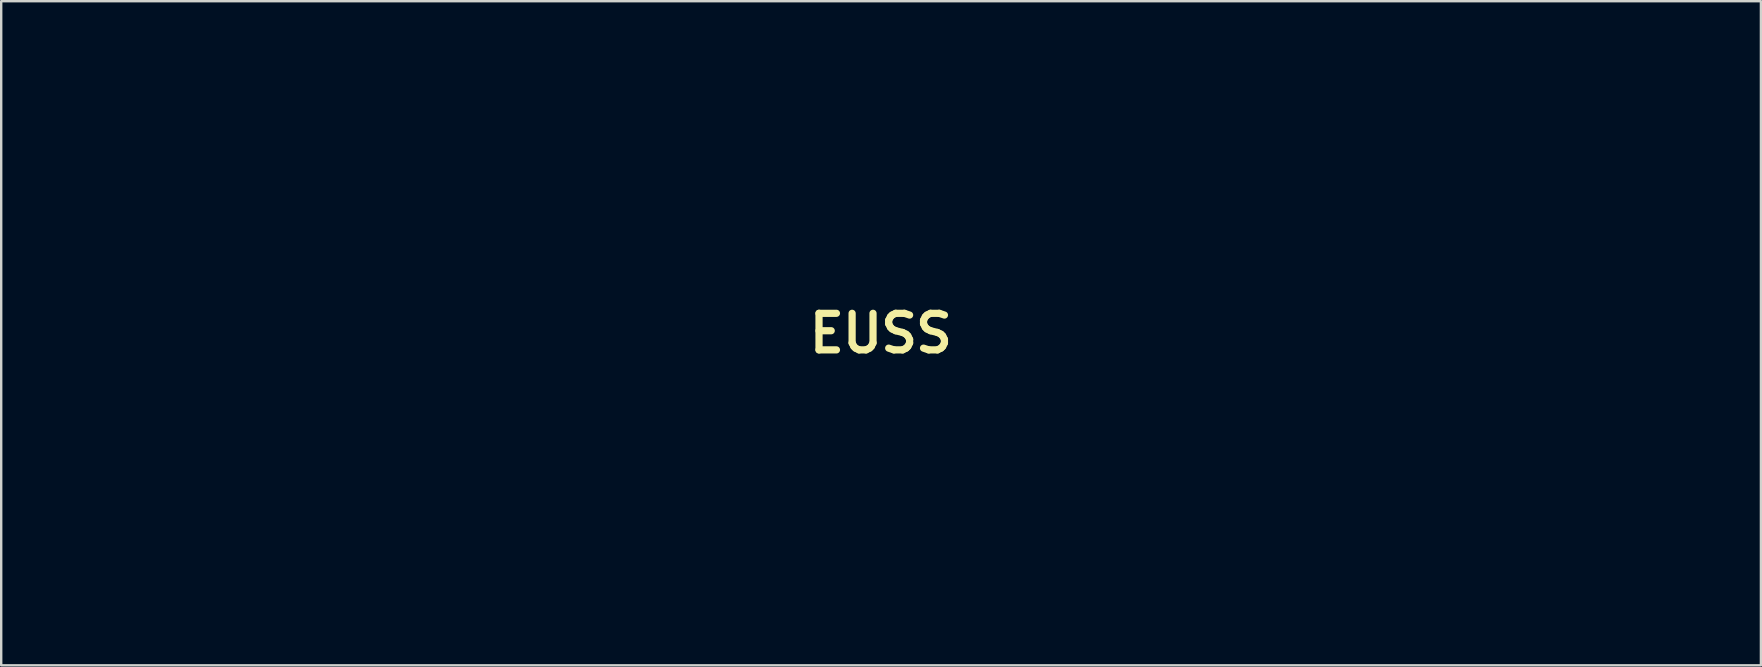
<source format=kicad_pcb>
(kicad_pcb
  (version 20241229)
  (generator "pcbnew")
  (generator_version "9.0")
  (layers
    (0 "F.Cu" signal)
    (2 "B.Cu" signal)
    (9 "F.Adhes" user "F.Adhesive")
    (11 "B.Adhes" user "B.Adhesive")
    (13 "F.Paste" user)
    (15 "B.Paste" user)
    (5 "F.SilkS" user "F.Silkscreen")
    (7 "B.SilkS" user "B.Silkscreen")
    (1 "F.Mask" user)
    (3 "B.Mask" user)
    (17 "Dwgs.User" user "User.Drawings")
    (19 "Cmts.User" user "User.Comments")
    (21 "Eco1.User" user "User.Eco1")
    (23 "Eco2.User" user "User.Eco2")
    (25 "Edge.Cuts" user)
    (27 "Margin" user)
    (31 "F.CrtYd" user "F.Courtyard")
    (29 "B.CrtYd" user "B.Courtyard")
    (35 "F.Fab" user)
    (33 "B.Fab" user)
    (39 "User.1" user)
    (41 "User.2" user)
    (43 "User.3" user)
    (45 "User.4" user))
  (footprint "EUSS"
    (layer "F.Cu")
    (at 33.647 10.837)
    (property "Reference" "EUSS" (at 0 0 0) (layer "F.SilkS") (effects (font (size 1.524 1.524) (thickness 0.3))))
    (attr through_hole)
    (fp_poly (pts (xy 6.265 7.281) (xy 5.419 7.281) (xy 5.419 3.979) (xy 6.265 3.979) (xy 6.265 7.281)) (stroke (width 0.01) (type solid)) (fill no) (layer "Eco2.User"))
    (fp_poly (pts (xy 24.299 7.281) (xy 23.453 7.281) (xy 23.453 3.979) (xy 24.299 3.979) (xy 24.299 7.281)) (stroke (width 0.01) (type solid)) (fill no) (layer "Eco2.User"))
    (fp_poly (pts (xy 24.384 3.725) (xy 23.453 3.725) (xy 23.453 2.963) (xy 24.384 2.963) (xy 24.384 3.725)) (stroke (width 0.01) (type solid)) (fill no) (layer "Eco2.User"))
    (fp_poly (pts (xy 6.334 3.323) (xy 6.308 3.683) (xy 5.419 3.734) (xy 5.419 2.963) (xy 6.36 2.963) (xy 6.334 3.323)) (stroke (width 0.01) (type solid)) (fill no) (layer "Eco2.User"))
    (fp_poly (pts (xy -4.741 3.302) (xy -7.281 3.302) (xy -7.281 4.318) (xy -5.249 4.318) (xy -5.249 5.08) (xy -7.281 5.08) (xy -7.281 6.519) (xy -4.741 6.519) (xy -4.741 7.281) (xy -8.213 7.281) (xy -8.213 2.54) (xy -4.741 2.54) (xy -4.741 3.302)) (stroke (width 0.01) (type solid)) (fill no) (layer "Eco2.User"))
    (fp_poly (pts (xy -27.655 -6.382) (xy -27.404 -6.249) (xy -27.242 -6.075) (xy -27.23 -6.049) (xy -27.235 -5.988) (xy -27.324 -5.951) (xy -27.525 -5.932) (xy -27.865 -5.927) (xy -27.9 -5.927) (xy -28.225 -5.935) (xy -28.473 -5.958) (xy -28.605 -5.991) (xy -28.617 -6.005) (xy -28.546 -6.134) (xy -28.369 -6.272) (xy -28.147 -6.385) (xy -27.937 -6.434) (xy -27.926 -6.435) (xy -27.655 -6.382)) (stroke (width 0.01) (type solid)) (fill no) (layer "Eco2.User"))
    (fp_poly (pts (xy -21.987 -1.314) (xy -21.802 -1.27) (xy -21.379 -1.05) (xy -21.007 -0.703) (xy -20.728 -0.274) (xy -20.669 -0.135) (xy -20.587 0.138) (xy -20.499 0.511) (xy -20.419 0.923) (xy -20.356 1.315) (xy -20.323 1.624) (xy -20.32 1.699) (xy -20.402 1.722) (xy -20.638 1.741) (xy -21.011 1.757) (xy -21.507 1.768) (xy -22.109 1.776) (xy -22.763 1.778) (xy -25.205 1.778) (xy -25.137 1.346) (xy -24.954 0.568) (xy -24.673 -0.092) (xy -24.299 -0.625) (xy -23.838 -1.021) (xy -23.664 -1.121) (xy -23.315 -1.244) (xy -22.873 -1.321) (xy -22.406 -1.346) (xy -21.987 -1.314)) (stroke (width 0.01) (type solid)) (fill no) (layer "Eco2.User"))
    (fp_poly (pts (xy 22.561 3.963) (xy 22.602 4.15) (xy 22.606 4.275) (xy 22.594 4.517) (xy 22.535 4.652) (xy 22.395 4.741) (xy 22.331 4.769) (xy 22.125 4.869) (xy 21.979 4.986) (xy 21.882 5.152) (xy 21.82 5.398) (xy 21.783 5.753) (xy 21.759 6.214) (xy 21.717 7.239) (xy 20.828 7.29) (xy 20.827 5.868) (xy 20.824 5.381) (xy 20.815 4.943) (xy 20.803 4.587) (xy 20.788 4.345) (xy 20.776 4.261) (xy 20.766 4.142) (xy 20.843 4.069) (xy 21.044 4.011) (xy 21.095 4) (xy 21.371 3.953) (xy 21.521 3.967) (xy 21.582 4.053) (xy 21.59 4.157) (xy 21.6 4.25) (xy 21.654 4.268) (xy 21.789 4.207) (xy 21.957 4.11) (xy 22.261 3.948) (xy 22.455 3.897) (xy 22.561 3.963)) (stroke (width 0.01) (type solid)) (fill no) (layer "Eco2.User"))
    (fp_poly (pts (xy 13.85 -3.889) (xy 13.889 -3.862) (xy 13.919 -3.793) (xy 13.94 -3.664) (xy 13.954 -3.457) (xy 13.963 -3.154) (xy 13.968 -2.736) (xy 13.97 -2.184) (xy 13.97 -1.524) (xy 13.97 -0.829) (xy 13.968 -0.286) (xy 13.963 0.126) (xy 13.954 0.423) (xy 13.939 0.625) (xy 13.917 0.75) (xy 13.887 0.816) (xy 13.848 0.842) (xy 13.801 0.847) (xy 13.751 0.841) (xy 13.712 0.814) (xy 13.683 0.745) (xy 13.662 0.616) (xy 13.647 0.409) (xy 13.638 0.106) (xy 13.634 -0.312) (xy 13.632 -0.864) (xy 13.631 -1.524) (xy 13.632 -2.219) (xy 13.634 -2.762) (xy 13.639 -3.174) (xy 13.648 -3.471) (xy 13.663 -3.673) (xy 13.684 -3.798) (xy 13.714 -3.864) (xy 13.754 -3.89) (xy 13.801 -3.895) (xy 13.85 -3.889)) (stroke (width 0.01) (type solid)) (fill no) (layer "Eco2.User"))
    (fp_poly (pts (xy 10 3.982) (xy 10.285 4.103) (xy 10.297 4.112) (xy 10.508 4.28) (xy 10.662 4.442) (xy 10.767 4.628) (xy 10.835 4.87) (xy 10.875 5.2) (xy 10.897 5.647) (xy 10.907 6.017) (xy 10.934 7.281) (xy 10.075 7.281) (xy 10.075 6.177) (xy 10.074 5.724) (xy 10.066 5.407) (xy 10.046 5.196) (xy 10.009 5.056) (xy 9.951 4.955) (xy 9.868 4.864) (xy 9.59 4.696) (xy 9.249 4.647) (xy 8.905 4.716) (xy 8.662 4.861) (xy 8.565 4.949) (xy 8.498 5.041) (xy 8.455 5.168) (xy 8.428 5.362) (xy 8.411 5.655) (xy 8.399 6.08) (xy 8.396 6.173) (xy 8.369 7.281) (xy 7.535 7.281) (xy 7.535 6.023) (xy 7.532 5.542) (xy 7.522 5.087) (xy 7.507 4.702) (xy 7.488 4.429) (xy 7.481 4.372) (xy 7.428 3.979) (xy 7.81 3.979) (xy 8.057 3.993) (xy 8.185 4.048) (xy 8.239 4.156) (xy 8.276 4.264) (xy 8.335 4.28) (xy 8.465 4.199) (xy 8.552 4.135) (xy 8.838 4.003) (xy 9.215 3.933) (xy 9.623 3.926) (xy 10 3.982)) (stroke (width 0.01) (type solid)) (fill no) (layer "Eco2.User"))
    (fp_poly (pts (xy 6.361 -2.494) (xy 6.838 -2.324) (xy 7.244 -2.034) (xy 7.553 -1.646) (xy 7.741 -1.182) (xy 7.787 -0.8) (xy 7.72 -0.385) (xy 7.537 0.044) (xy 7.271 0.423) (xy 7.007 0.658) (xy 6.624 0.83) (xy 6.167 0.913) (xy 5.705 0.901) (xy 5.335 0.801) (xy 4.903 0.529) (xy 4.593 0.172) (xy 4.4 -0.241) (xy 4.321 -0.686) (xy 4.331 -0.829) (xy 4.685 -0.829) (xy 4.74 -0.395) (xy 4.936 0.025) (xy 5.009 0.126) (xy 5.326 0.4) (xy 5.724 0.554) (xy 6.156 0.579) (xy 6.578 0.468) (xy 6.677 0.418) (xy 7.016 0.172) (xy 7.225 -0.125) (xy 7.33 -0.518) (xy 7.349 -0.718) (xy 7.356 -1.038) (xy 7.318 -1.262) (xy 7.221 -1.461) (xy 7.181 -1.522) (xy 6.852 -1.889) (xy 6.468 -2.121) (xy 6.061 -2.201) (xy 5.608 -2.128) (xy 5.231 -1.925) (xy 4.943 -1.622) (xy 4.756 -1.247) (xy 4.685 -0.829) (xy 4.331 -0.829) (xy 4.352 -1.136) (xy 4.488 -1.563) (xy 4.726 -1.943) (xy 5.062 -2.248) (xy 5.491 -2.452) (xy 5.838 -2.52) (xy 6.361 -2.494)) (stroke (width 0.01) (type solid)) (fill no) (layer "Eco2.User"))
    (fp_poly (pts (xy 19.475 -2.494) (xy 19.711 -2.403) (xy 19.812 -2.35) (xy 20.25 -2.03) (xy 20.548 -1.613) (xy 20.704 -1.105) (xy 20.725 -0.908) (xy 20.685 -0.36) (xy 20.494 0.112) (xy 20.152 0.508) (xy 19.994 0.631) (xy 19.546 0.849) (xy 19.045 0.93) (xy 18.542 0.873) (xy 18.203 0.741) (xy 17.766 0.421) (xy 17.468 0.006) (xy 17.311 -0.503) (xy 17.29 -0.7) (xy 17.298 -0.797) (xy 17.659 -0.797) (xy 17.733 -0.33) (xy 17.938 0.059) (xy 18.245 0.354) (xy 18.627 0.538) (xy 19.057 0.592) (xy 19.507 0.499) (xy 19.616 0.452) (xy 19.958 0.203) (xy 20.202 -0.151) (xy 20.337 -0.567) (xy 20.351 -1.005) (xy 20.233 -1.421) (xy 20.173 -1.53) (xy 19.873 -1.881) (xy 19.512 -2.095) (xy 19.12 -2.183) (xy 18.723 -2.151) (xy 18.352 -2.009) (xy 18.034 -1.764) (xy 17.798 -1.425) (xy 17.672 -1) (xy 17.659 -0.797) (xy 17.298 -0.797) (xy 17.331 -1.252) (xy 17.515 -1.723) (xy 17.828 -2.099) (xy 18.257 -2.365) (xy 18.787 -2.504) (xy 18.892 -2.514) (xy 19.228 -2.527) (xy 19.475 -2.494)) (stroke (width 0.01) (type solid)) (fill no) (layer "Eco2.User"))
    (fp_poly (pts (xy 27.917 3.964) (xy 28.244 4.06) (xy 28.507 4.249) (xy 28.756 4.557) (xy 28.765 4.571) (xy 28.841 4.694) (xy 28.893 4.826) (xy 28.927 4.999) (xy 28.946 5.244) (xy 28.954 5.596) (xy 28.956 6.066) (xy 28.956 7.281) (xy 28.109 7.281) (xy 28.109 6.177) (xy 28.108 5.724) (xy 28.1 5.407) (xy 28.08 5.196) (xy 28.043 5.056) (xy 27.985 4.955) (xy 27.902 4.864) (xy 27.624 4.696) (xy 27.283 4.647) (xy 26.939 4.716) (xy 26.696 4.861) (xy 26.599 4.949) (xy 26.532 5.041) (xy 26.489 5.168) (xy 26.462 5.362) (xy 26.445 5.655) (xy 26.433 6.08) (xy 26.43 6.173) (xy 26.403 7.281) (xy 25.569 7.281) (xy 25.569 6.023) (xy 25.566 5.542) (xy 25.556 5.087) (xy 25.541 4.702) (xy 25.522 4.429) (xy 25.515 4.372) (xy 25.462 3.979) (xy 25.848 3.979) (xy 26.101 3.995) (xy 26.234 4.052) (xy 26.289 4.147) (xy 26.331 4.251) (xy 26.397 4.261) (xy 26.535 4.172) (xy 26.598 4.126) (xy 26.772 4.022) (xy 26.975 3.964) (xy 27.262 3.94) (xy 27.475 3.937) (xy 27.917 3.964)) (stroke (width 0.01) (type solid)) (fill no) (layer "Eco2.User"))
    (fp_poly (pts (xy -1.993 -2.414) (xy -1.547 -2.159) (xy -1.376 -2.011) (xy -1.184 -1.813) (xy -1.113 -1.691) (xy -1.154 -1.615) (xy -1.237 -1.574) (xy -1.397 -1.599) (xy -1.629 -1.755) (xy -1.698 -1.814) (xy -2.096 -2.075) (xy -2.521 -2.186) (xy -2.942 -2.153) (xy -3.328 -1.985) (xy -3.648 -1.688) (xy -3.856 -1.314) (xy -3.957 -0.843) (xy -3.908 -0.398) (xy -3.728 -0.006) (xy -3.433 0.308) (xy -3.042 0.516) (xy -2.572 0.592) (xy -2.564 0.592) (xy -2.208 0.524) (xy -1.846 0.346) (xy -1.55 0.096) (xy -1.531 0.073) (xy -1.39 -0.022) (xy -1.228 -0.039) (xy -1.117 0.022) (xy -1.101 0.078) (xy -1.163 0.195) (xy -1.323 0.367) (xy -1.534 0.556) (xy -1.754 0.721) (xy -1.923 0.817) (xy -2.321 0.912) (xy -2.778 0.914) (xy -3.217 0.824) (xy -3.348 0.772) (xy -3.701 0.544) (xy -4.017 0.223) (xy -4.233 -0.129) (xy -4.248 -0.165) (xy -4.296 -0.378) (xy -4.326 -0.671) (xy -4.33 -0.817) (xy -4.257 -1.336) (xy -4.055 -1.775) (xy -3.749 -2.123) (xy -3.365 -2.372) (xy -2.927 -2.51) (xy -2.461 -2.527) (xy -1.993 -2.414)) (stroke (width 0.01) (type solid)) (fill no) (layer "Eco2.User"))
    (fp_poly (pts (xy -1.844 3.911) (xy -1.403 3.968) (xy -1.069 4.101) (xy -0.79 4.337) (xy -0.64 4.52) (xy -0.571 4.628) (xy -0.522 4.761) (xy -0.488 4.948) (xy -0.465 5.22) (xy -0.449 5.606) (xy -0.438 6.017) (xy -0.411 7.281) (xy -1.257 7.281) (xy -1.285 6.131) (xy -1.297 5.667) (xy -1.313 5.341) (xy -1.337 5.125) (xy -1.374 4.986) (xy -1.43 4.894) (xy -1.51 4.82) (xy -1.512 4.818) (xy -1.799 4.687) (xy -2.09 4.657) (xy -2.376 4.684) (xy -2.588 4.789) (xy -2.716 4.904) (xy -2.818 5.011) (xy -2.887 5.113) (xy -2.93 5.243) (xy -2.953 5.436) (xy -2.962 5.726) (xy -2.963 6.147) (xy -2.963 6.216) (xy -2.963 7.281) (xy -3.81 7.281) (xy -3.81 6.151) (xy -3.814 5.673) (xy -3.826 5.205) (xy -3.843 4.797) (xy -3.864 4.505) (xy -3.864 4.5) (xy -3.919 3.979) (xy -3.536 3.979) (xy -3.288 3.994) (xy -3.16 4.049) (xy -3.108 4.151) (xy -3.072 4.25) (xy -3.01 4.266) (xy -2.878 4.195) (xy -2.738 4.101) (xy -2.537 3.98) (xy -2.35 3.918) (xy -2.109 3.901) (xy -1.844 3.911)) (stroke (width 0.01) (type solid)) (fill no) (layer "Eco2.User"))
    (fp_poly (pts (xy 11.238 -2.406) (xy 11.684 -2.14) (xy 11.747 -2.087) (xy 12.076 -1.701) (xy 12.289 -1.243) (xy 12.359 -0.8) (xy 12.292 -0.385) (xy 12.109 0.044) (xy 11.843 0.423) (xy 11.579 0.658) (xy 11.196 0.83) (xy 10.739 0.913) (xy 10.277 0.901) (xy 9.907 0.801) (xy 9.451 0.511) (xy 9.123 0.116) (xy 8.934 -0.369) (xy 8.89 -0.788) (xy 8.895 -0.823) (xy 9.231 -0.823) (xy 9.279 -0.52) (xy 9.405 -0.176) (xy 9.575 0.125) (xy 9.634 0.199) (xy 9.959 0.444) (xy 10.362 0.568) (xy 10.799 0.564) (xy 11.225 0.428) (xy 11.306 0.384) (xy 11.651 0.093) (xy 11.868 -0.277) (xy 11.957 -0.694) (xy 11.914 -1.125) (xy 11.739 -1.535) (xy 11.429 -1.893) (xy 11.427 -1.895) (xy 11.201 -2.054) (xy 10.986 -2.16) (xy 10.953 -2.169) (xy 10.579 -2.194) (xy 10.174 -2.115) (xy 9.824 -1.949) (xy 9.815 -1.943) (xy 9.567 -1.688) (xy 9.364 -1.34) (xy 9.246 -0.974) (xy 9.231 -0.823) (xy 8.895 -0.823) (xy 8.963 -1.31) (xy 9.167 -1.755) (xy 9.475 -2.11) (xy 9.861 -2.365) (xy 10.301 -2.506) (xy 10.769 -2.524) (xy 11.238 -2.406)) (stroke (width 0.01) (type solid)) (fill no) (layer "Eco2.User"))
    (fp_poly (pts (xy 23.248 -3.901) (xy 23.38 -3.816) (xy 23.509 -3.685) (xy 23.508 -3.587) (xy 23.472 -3.543) (xy 23.352 -3.476) (xy 23.198 -3.536) (xy 23.198 -3.537) (xy 22.977 -3.621) (xy 22.825 -3.641) (xy 22.581 -3.584) (xy 22.428 -3.407) (xy 22.359 -3.094) (xy 22.352 -2.915) (xy 22.352 -2.455) (xy 22.775 -2.455) (xy 23.029 -2.446) (xy 23.156 -2.409) (xy 23.197 -2.325) (xy 23.199 -2.286) (xy 23.176 -2.184) (xy 23.082 -2.134) (xy 22.873 -2.117) (xy 22.775 -2.117) (xy 22.352 -2.117) (xy 22.352 -0.635) (xy 22.351 -0.101) (xy 22.346 0.287) (xy 22.335 0.553) (xy 22.315 0.718) (xy 22.284 0.806) (xy 22.239 0.842) (xy 22.197 0.847) (xy 22.036 0.819) (xy 21.985 0.79) (xy 21.966 0.691) (xy 21.95 0.451) (xy 21.938 0.1) (xy 21.93 -0.332) (xy 21.929 -0.691) (xy 21.927 -1.222) (xy 21.92 -1.605) (xy 21.905 -1.864) (xy 21.881 -2.021) (xy 21.846 -2.097) (xy 21.802 -2.117) (xy 21.698 -2.187) (xy 21.675 -2.286) (xy 21.723 -2.423) (xy 21.791 -2.455) (xy 21.867 -2.518) (xy 21.919 -2.718) (xy 21.946 -2.976) (xy 21.979 -3.284) (xy 22.04 -3.486) (xy 22.155 -3.644) (xy 22.254 -3.738) (xy 22.571 -3.927) (xy 22.919 -3.983) (xy 23.248 -3.901)) (stroke (width 0.01) (type solid)) (fill no) (layer "Eco2.User"))
    (fp_poly (pts (xy 18.767 4.024) (xy 19.19 4.244) (xy 19.535 4.567) (xy 19.777 4.976) (xy 19.891 5.46) (xy 19.897 5.598) (xy 19.897 5.927) (xy 18.584 5.927) (xy 18.039 5.93) (xy 17.649 5.945) (xy 17.4 5.978) (xy 17.28 6.033) (xy 17.274 6.118) (xy 17.368 6.238) (xy 17.532 6.385) (xy 17.852 6.556) (xy 18.227 6.613) (xy 18.593 6.553) (xy 18.83 6.426) (xy 19.057 6.247) (xy 19.762 6.714) (xy 19.488 6.943) (xy 19.042 7.209) (xy 18.526 7.347) (xy 17.98 7.351) (xy 17.448 7.218) (xy 17.298 7.152) (xy 16.898 6.885) (xy 16.625 6.587) (xy 16.493 6.374) (xy 16.42 6.172) (xy 16.389 5.918) (xy 16.383 5.631) (xy 16.432 5.108) (xy 16.44 5.086) (xy 17.357 5.086) (xy 17.435 5.121) (xy 17.645 5.148) (xy 17.949 5.163) (xy 18.119 5.165) (xy 18.454 5.157) (xy 18.714 5.135) (xy 18.861 5.104) (xy 18.881 5.086) (xy 18.807 4.948) (xy 18.62 4.81) (xy 18.377 4.703) (xy 18.131 4.657) (xy 18.119 4.657) (xy 17.874 4.698) (xy 17.629 4.803) (xy 17.438 4.941) (xy 17.357 5.079) (xy 17.357 5.086) (xy 16.44 5.086) (xy 16.59 4.699) (xy 16.873 4.375) (xy 17.283 4.117) (xy 17.788 3.946) (xy 18.291 3.92) (xy 18.767 4.024)) (stroke (width 0.01) (type solid)) (fill no) (layer "Eco2.User"))
    (fp_poly (pts (xy 14.096 3.933) (xy 14.561 4.095) (xy 14.961 4.371) (xy 15.271 4.746) (xy 15.464 5.203) (xy 15.512 5.507) (xy 15.536 5.884) (xy 14.203 5.908) (xy 13.626 5.923) (xy 13.209 5.948) (xy 12.956 5.98) (xy 12.869 6.021) (xy 12.869 6.022) (xy 12.937 6.162) (xy 13.105 6.333) (xy 13.32 6.491) (xy 13.529 6.595) (xy 13.619 6.614) (xy 13.96 6.609) (xy 14.224 6.546) (xy 14.463 6.427) (xy 14.631 6.343) (xy 14.773 6.326) (xy 14.935 6.388) (xy 15.159 6.54) (xy 15.317 6.661) (xy 15.304 6.74) (xy 15.185 6.872) (xy 14.996 7.024) (xy 14.777 7.163) (xy 14.69 7.207) (xy 14.275 7.327) (xy 13.79 7.36) (xy 13.312 7.308) (xy 12.99 7.206) (xy 12.6 6.946) (xy 12.271 6.571) (xy 12.048 6.134) (xy 12.022 6.05) (xy 11.972 5.577) (xy 12.068 5.103) (xy 12.098 5.043) (xy 13.006 5.043) (xy 13.011 5.1) (xy 13.096 5.137) (xy 13.288 5.157) (xy 13.614 5.164) (xy 13.758 5.165) (xy 14.135 5.161) (xy 14.369 5.145) (xy 14.488 5.115) (xy 14.516 5.065) (xy 14.511 5.043) (xy 14.361 4.859) (xy 14.104 4.721) (xy 13.799 4.658) (xy 13.758 4.657) (xy 13.452 4.707) (xy 13.185 4.837) (xy 13.018 5.017) (xy 13.006 5.043) (xy 12.098 5.043) (xy 12.289 4.663) (xy 12.617 4.295) (xy 13.031 4.037) (xy 13.08 4.018) (xy 13.593 3.902) (xy 14.096 3.933)) (stroke (width 0.01) (type solid)) (fill no) (layer "Eco2.User"))
    (fp_poly (pts (xy -6.251 -3.844) (xy -6.179 -3.809) (xy -5.93 -3.633) (xy -5.734 -3.405) (xy -5.622 -3.174) (xy -5.622 -2.998) (xy -5.72 -2.887) (xy -5.85 -2.921) (xy -5.978 -3.09) (xy -5.994 -3.125) (xy -6.196 -3.39) (xy -6.494 -3.558) (xy -6.844 -3.621) (xy -7.201 -3.576) (xy -7.52 -3.418) (xy -7.641 -3.306) (xy -7.839 -2.994) (xy -7.873 -2.696) (xy -7.746 -2.418) (xy -7.463 -2.168) (xy -7.029 -1.955) (xy -6.795 -1.875) (xy -6.381 -1.721) (xy -6.033 -1.538) (xy -5.886 -1.429) (xy -5.597 -1.078) (xy -5.455 -0.682) (xy -5.454 -0.273) (xy -5.589 0.121) (xy -5.854 0.469) (xy -6.242 0.743) (xy -6.304 0.772) (xy -6.652 0.876) (xy -7.061 0.92) (xy -7.453 0.901) (xy -7.692 0.841) (xy -8.005 0.671) (xy -8.274 0.446) (xy -8.475 0.196) (xy -8.585 -0.046) (xy -8.58 -0.247) (xy -8.547 -0.301) (xy -8.422 -0.409) (xy -8.322 -0.373) (xy -8.218 -0.182) (xy -8.212 -0.168) (xy -7.982 0.186) (xy -7.655 0.432) (xy -7.266 0.562) (xy -6.853 0.57) (xy -6.453 0.449) (xy -6.123 0.213) (xy -5.94 0.000123) (xy -5.859 -0.207) (xy -5.842 -0.464) (xy -5.895 -0.809) (xy -6.065 -1.085) (xy -6.369 -1.308) (xy -6.823 -1.494) (xy -6.883 -1.513) (xy -7.349 -1.669) (xy -7.679 -1.816) (xy -7.904 -1.969) (xy -8.055 -2.149) (xy -8.096 -2.221) (xy -8.228 -2.627) (xy -8.212 -3.012) (xy -8.071 -3.357) (xy -7.826 -3.643) (xy -7.5 -3.853) (xy -7.114 -3.969) (xy -6.69 -3.972) (xy -6.251 -3.844)) (stroke (width 0.01) (type solid)) (fill no) (layer "Eco2.User"))
    (fp_poly (pts (xy 0.157 -3.884) (xy 0.205 -3.835) (xy 0.234 -3.718) (xy 0.249 -3.504) (xy 0.254 -3.166) (xy 0.254 -2.906) (xy 0.254 -1.918) (xy 0.446 -2.098) (xy 0.837 -2.364) (xy 1.28 -2.502) (xy 1.737 -2.514) (xy 2.174 -2.405) (xy 2.555 -2.18) (xy 2.843 -1.842) (xy 2.856 -1.82) (xy 2.933 -1.667) (xy 2.986 -1.507) (xy 3.019 -1.305) (xy 3.038 -1.027) (xy 3.045 -0.637) (xy 3.047 -0.318) (xy 3.046 0.147) (xy 3.04 0.468) (xy 3.025 0.672) (xy 2.997 0.786) (xy 2.952 0.835) (xy 2.887 0.847) (xy 2.879 0.847) (xy 2.808 0.837) (xy 2.761 0.79) (xy 2.732 0.678) (xy 2.716 0.473) (xy 2.71 0.148) (xy 2.709 -0.214) (xy 2.699 -0.786) (xy 2.662 -1.217) (xy 2.591 -1.535) (xy 2.478 -1.767) (xy 2.315 -1.94) (xy 2.185 -2.03) (xy 1.786 -2.182) (xy 1.37 -2.178) (xy 0.965 -2.027) (xy 0.6 -1.734) (xy 0.473 -1.581) (xy 0.398 -1.46) (xy 0.346 -1.313) (xy 0.31 -1.104) (xy 0.287 -0.802) (xy 0.27 -0.372) (xy 0.267 -0.248) (xy 0.253 0.201) (xy 0.236 0.508) (xy 0.213 0.699) (xy 0.178 0.801) (xy 0.126 0.841) (xy 0.076 0.847) (xy 0.029 0.84) (xy -0.008 0.807) (xy -0.036 0.729) (xy -0.056 0.589) (xy -0.07 0.367) (xy -0.078 0.046) (xy -0.083 -0.394) (xy -0.084 -0.97) (xy -0.085 -1.524) (xy -0.084 -2.219) (xy -0.082 -2.762) (xy -0.077 -3.174) (xy -0.068 -3.471) (xy -0.053 -3.673) (xy -0.032 -3.798) (xy -0.002 -3.864) (xy 0.038 -3.89) (xy 0.085 -3.895) (xy 0.157 -3.884)) (stroke (width 0.01) (type solid)) (fill no) (layer "Eco2.User"))
    (fp_poly (pts (xy 32.177 3.95) (xy 32.536 4.094) (xy 32.589 4.13) (xy 32.839 4.315) (xy 32.866 4.127) (xy 32.902 4.012) (xy 32.999 3.964) (xy 33.203 3.962) (xy 33.274 3.967) (xy 33.502 3.986) (xy 33.64 4.003) (xy 33.658 4.008) (xy 33.657 4.093) (xy 33.651 4.321) (xy 33.642 4.669) (xy 33.629 5.11) (xy 33.615 5.618) (xy 33.611 5.757) (xy 33.586 6.438) (xy 33.553 6.973) (xy 33.506 7.387) (xy 33.438 7.704) (xy 33.342 7.947) (xy 33.213 8.14) (xy 33.044 8.308) (xy 32.915 8.411) (xy 32.494 8.637) (xy 31.989 8.769) (xy 31.463 8.798) (xy 30.978 8.714) (xy 30.946 8.703) (xy 30.725 8.601) (xy 30.488 8.457) (xy 30.283 8.303) (xy 30.159 8.174) (xy 30.141 8.131) (xy 30.207 8.044) (xy 30.371 7.917) (xy 30.437 7.874) (xy 30.733 7.692) (xy 30.957 7.867) (xy 31.226 7.992) (xy 31.58 8.044) (xy 31.949 8.018) (xy 32.246 7.923) (xy 32.49 7.712) (xy 32.647 7.412) (xy 32.681 7.194) (xy 32.673 7.092) (xy 32.62 7.078) (xy 32.48 7.153) (xy 32.406 7.198) (xy 32.028 7.338) (xy 31.585 7.362) (xy 31.132 7.27) (xy 30.895 7.169) (xy 30.498 6.873) (xy 30.22 6.486) (xy 30.059 6.041) (xy 30.022 5.63) (xy 30.903 5.63) (xy 30.97 6.042) (xy 31.159 6.352) (xy 31.454 6.543) (xy 31.792 6.6) (xy 32.079 6.561) (xy 32.303 6.46) (xy 32.312 6.454) (xy 32.564 6.156) (xy 32.674 5.775) (xy 32.681 5.63) (xy 32.615 5.219) (xy 32.426 4.909) (xy 32.13 4.717) (xy 31.792 4.66) (xy 31.415 4.733) (xy 31.131 4.939) (xy 30.956 5.261) (xy 30.903 5.63) (xy 30.022 5.63) (xy 30.017 5.569) (xy 30.092 5.1) (xy 30.286 4.665) (xy 30.597 4.297) (xy 30.903 4.085) (xy 31.301 3.945) (xy 31.745 3.9) (xy 32.177 3.95)) (stroke (width 0.01) (type solid)) (fill no) (layer "Eco2.User"))
    (fp_poly (pts (xy 2.691 3.947) (xy 2.934 3.987) (xy 3.118 4.067) (xy 3.205 4.126) (xy 3.46 4.315) (xy 3.487 4.126) (xy 3.526 4.005) (xy 3.631 3.96) (xy 3.851 3.966) (xy 3.852 3.966) (xy 4.069 3.988) (xy 4.196 4.007) (xy 4.207 4.011) (xy 4.209 4.096) (xy 4.206 4.326) (xy 4.199 4.675) (xy 4.187 5.12) (xy 4.172 5.636) (xy 4.165 5.85) (xy 4.145 6.451) (xy 4.127 6.908) (xy 4.107 7.246) (xy 4.083 7.49) (xy 4.05 7.666) (xy 4.006 7.799) (xy 3.946 7.913) (xy 3.873 8.027) (xy 3.627 8.31) (xy 3.327 8.537) (xy 3.281 8.562) (xy 2.886 8.701) (xy 2.415 8.773) (xy 1.94 8.775) (xy 1.533 8.7) (xy 1.493 8.686) (xy 1.207 8.542) (xy 0.943 8.35) (xy 0.92 8.329) (xy 0.673 8.092) (xy 1.304 7.712) (xy 1.572 7.878) (xy 1.942 8.014) (xy 2.283 8.043) (xy 2.568 8.029) (xy 2.764 7.964) (xy 2.949 7.819) (xy 3.014 7.755) (xy 3.21 7.511) (xy 3.3 7.291) (xy 3.302 7.257) (xy 3.302 7.046) (xy 2.985 7.211) (xy 2.57 7.34) (xy 2.103 7.345) (xy 1.642 7.229) (xy 1.356 7.081) (xy 1.04 6.784) (xy 0.787 6.383) (xy 0.63 5.938) (xy 0.6 5.682) (xy 1.476 5.682) (xy 1.557 6.017) (xy 1.771 6.342) (xy 1.78 6.352) (xy 1.988 6.528) (xy 2.219 6.597) (xy 2.371 6.604) (xy 2.63 6.578) (xy 2.836 6.475) (xy 3.014 6.316) (xy 3.199 6.103) (xy 3.283 5.901) (xy 3.302 5.63) (xy 3.282 5.354) (xy 3.196 5.153) (xy 3.014 4.945) (xy 2.705 4.723) (xy 2.393 4.648) (xy 2.098 4.696) (xy 1.84 4.845) (xy 1.637 5.074) (xy 1.509 5.361) (xy 1.476 5.682) (xy 0.6 5.682) (xy 0.594 5.63) (xy 0.666 5.185) (xy 0.858 4.742) (xy 1.14 4.363) (xy 1.363 4.175) (xy 1.584 4.045) (xy 1.794 3.973) (xy 2.057 3.942) (xy 2.336 3.937) (xy 2.691 3.947)) (stroke (width 0.01) (type solid)) (fill no) (layer "Eco2.User"))
    (fp_poly (pts (xy -21.986 -10.801) (xy -21.117 -10.712) (xy -20.343 -10.569) (xy -20.278 -10.553) (xy -18.961 -10.135) (xy -17.734 -9.577) (xy -16.602 -8.884) (xy -15.574 -8.066) (xy -14.657 -7.129) (xy -13.859 -6.08) (xy -13.187 -4.927) (xy -12.648 -3.679) (xy -12.318 -2.616) (xy -12.174 -1.903) (xy -12.077 -1.084) (xy -12.03 -0.217) (xy -12.034 0.638) (xy -12.093 1.426) (xy -12.144 1.778) (xy -12.458 3.115) (xy -12.922 4.373) (xy -13.536 5.553) (xy -14.301 6.656) (xy -15.198 7.665) (xy -16.218 8.574) (xy -17.315 9.333) (xy -18.482 9.94) (xy -19.713 10.391) (xy -21.003 10.685) (xy -22.344 10.819) (xy -22.902 10.827) (xy -23.359 10.816) (xy -23.809 10.796) (xy -24.193 10.769) (xy -24.415 10.744) (xy -25.223 10.584) (xy -26.084 10.341) (xy -26.918 10.04) (xy -27.398 9.829) (xy -28.6 9.164) (xy -29.695 8.373) (xy -30.674 7.465) (xy -31.53 6.451) (xy -32.255 5.339) (xy -32.843 4.139) (xy -33.254 2.954) (xy -28.387 2.954) (xy -28.38 3.635) (xy -28.323 4.297) (xy -28.218 4.881) (xy -28.202 4.944) (xy -27.887 5.816) (xy -27.428 6.605) (xy -26.835 7.302) (xy -26.117 7.9) (xy -25.282 8.389) (xy -24.341 8.763) (xy -24.021 8.855) (xy -23.657 8.946) (xy -23.347 9.003) (xy -23.037 9.032) (xy -22.67 9.037) (xy -22.19 9.025) (xy -22.183 9.024) (xy -21.45 8.977) (xy -20.849 8.891) (xy -20.491 8.805) (xy -19.558 8.456) (xy -18.722 7.966) (xy -18.076 7.432) (xy -17.484 6.862) (xy -17.82 6.574) (xy -18.156 6.287) (xy -18.539 6.609) (xy -19.168 7.07) (xy -19.844 7.451) (xy -20.507 7.715) (xy -20.514 7.718) (xy -21.05 7.832) (xy -21.638 7.877) (xy -22.229 7.855) (xy -22.769 7.768) (xy -23.207 7.618) (xy -23.241 7.601) (xy -23.59 7.372) (xy -23.966 7.049) (xy -24.314 6.686) (xy -24.577 6.338) (xy -24.58 6.333) (xy -24.828 5.818) (xy -25.023 5.177) (xy -25.155 4.447) (xy -25.211 3.789) (xy -25.254 2.794) (xy -17.272 2.794) (xy -17.272 2.324) (xy -17.336 1.583) (xy -17.518 0.828) (xy -17.8 0.105) (xy -18.166 -0.545) (xy -18.598 -1.078) (xy -18.62 -1.101) (xy -19.212 -1.582) (xy -19.888 -1.945) (xy -20.663 -2.194) (xy -21.549 -2.334) (xy -22.394 -2.371) (xy -23.377 -2.32) (xy -24.253 -2.163) (xy -25.057 -1.888) (xy -25.821 -1.487) (xy -26.205 -1.23) (xy -26.916 -0.621) (xy -27.5 0.097) (xy -27.951 0.914) (xy -28.249 1.778) (xy -28.344 2.315) (xy -28.387 2.954) (xy -33.254 2.954) (xy -33.286 2.861) (xy -33.498 1.965) (xy -33.58 1.385) (xy -33.628 0.696) (xy -33.642 -0.046) (xy -33.624 -0.784) (xy -33.572 -1.463) (xy -33.498 -1.963) (xy -33.159 -3.295) (xy -32.674 -4.542) (xy -32.285 -5.258) (xy -29.617 -5.258) (xy -29.582 -5.009) (xy -29.493 -4.791) (xy -29.446 -4.707) (xy -29.109 -4.288) (xy -28.678 -4) (xy -28.174 -3.851) (xy -27.618 -3.847) (xy -27.224 -3.932) (xy -26.939 -4.047) (xy -26.68 -4.2) (xy -26.491 -4.361) (xy -26.416 -4.497) (xy -26.416 -4.499) (xy -26.48 -4.583) (xy -26.641 -4.716) (xy -26.73 -4.779) (xy -27.043 -4.992) (xy -27.226 -4.821) (xy -27.51 -4.654) (xy -27.846 -4.602) (xy -28.183 -4.657) (xy -28.468 -4.813) (xy -28.618 -4.996) (xy -28.647 -5.062) (xy -28.635 -5.108) (xy -28.56 -5.138) (xy -28.396 -5.155) (xy -28.121 -5.162) (xy -27.711 -5.165) (xy -27.486 -5.165) (xy -27.009 -5.166) (xy -26.675 -5.171) (xy -26.456 -5.185) (xy -26.326 -5.212) (xy -26.259 -5.255) (xy -26.227 -5.32) (xy -26.217 -5.355) (xy -26.206 -5.608) (xy -26.258 -5.928) (xy -26.358 -6.232) (xy -26.396 -6.31) (xy -26.57 -6.544) (xy -26.826 -6.795) (xy -27.1 -7.005) (xy -27.289 -7.107) (xy -27.316 -7.112) (xy -25.654 -7.112) (xy -25.654 -5.961) (xy -25.645 -5.382) (xy -25.613 -4.944) (xy -25.551 -4.621) (xy -25.452 -4.385) (xy -25.308 -4.209) (xy -25.162 -4.097) (xy -24.691 -3.885) (xy -24.187 -3.83) (xy -23.683 -3.934) (xy -23.509 -4.01) (xy -23.28 -4.122) (xy -23.162 -4.159) (xy -23.119 -4.124) (xy -23.114 -4.048) (xy -23.092 -3.95) (xy -22.996 -3.908) (xy -22.784 -3.907) (xy -22.718 -3.911) (xy -22.322 -3.937) (xy -22.329 -4.43) (xy -21.759 -4.43) (xy -21.69 -4.311) (xy -21.515 -4.159) (xy -21.283 -4.01) (xy -21.041 -3.898) (xy -21.015 -3.889) (xy -20.704 -3.842) (xy -20.312 -3.855) (xy -19.916 -3.921) (xy -19.602 -4.026) (xy -19.285 -4.259) (xy -19.194 -4.426) (xy -18.699 -4.426) (xy -18.628 -4.277) (xy -18.548 -4.196) (xy -18.204 -3.987) (xy -17.77 -3.868) (xy -17.301 -3.845) (xy -16.851 -3.921) (xy -16.57 -4.039) (xy -16.292 -4.282) (xy -16.101 -4.61) (xy -16.026 -4.966) (xy -16.038 -5.12) (xy -16.182 -5.445) (xy -16.468 -5.72) (xy -16.872 -5.926) (xy -17.133 -6.001) (xy -17.417 -6.077) (xy -17.561 -6.151) (xy -17.595 -6.24) (xy -17.594 -6.251) (xy -17.496 -6.367) (xy -17.3 -6.42) (xy -17.067 -6.401) (xy -16.933 -6.35) (xy -16.773 -6.303) (xy -16.591 -6.355) (xy -16.485 -6.413) (xy -16.278 -6.571) (xy -16.233 -6.723) (xy -16.35 -6.888) (xy -16.501 -7.003) (xy -16.802 -7.132) (xy -17.181 -7.196) (xy -17.563 -7.19) (xy -17.876 -7.109) (xy -17.891 -7.101) (xy -18.212 -6.892) (xy -18.391 -6.649) (xy -18.456 -6.332) (xy -18.457 -6.257) (xy -18.395 -5.856) (xy -18.201 -5.547) (xy -17.866 -5.317) (xy -17.54 -5.197) (xy -17.18 -5.083) (xy -16.972 -4.985) (xy -16.901 -4.89) (xy -16.953 -4.784) (xy -17.019 -4.724) (xy -17.306 -4.591) (xy -17.621 -4.603) (xy -17.876 -4.734) (xy -18.009 -4.832) (xy -18.118 -4.85) (xy -18.269 -4.787) (xy -18.394 -4.719) (xy -18.624 -4.563) (xy -18.699 -4.426) (xy -19.194 -4.426) (xy -19.106 -4.587) (xy -19.069 -5.006) (xy -19.075 -5.07) (xy -19.18 -5.434) (xy -19.41 -5.703) (xy -19.78 -5.89) (xy -19.919 -5.932) (xy -20.297 -6.043) (xy -20.529 -6.137) (xy -20.632 -6.222) (xy -20.638 -6.288) (xy -20.533 -6.372) (xy -20.335 -6.416) (xy -20.117 -6.413) (xy -19.949 -6.358) (xy -19.94 -6.351) (xy -19.821 -6.309) (xy -19.637 -6.357) (xy -19.48 -6.431) (xy -19.274 -6.552) (xy -19.15 -6.654) (xy -19.135 -6.685) (xy -19.211 -6.821) (xy -19.411 -6.961) (xy -19.689 -7.082) (xy -20.003 -7.162) (xy -20.148 -7.18) (xy -20.657 -7.163) (xy -21.053 -7.036) (xy -21.327 -6.805) (xy -21.471 -6.477) (xy -21.482 -6.118) (xy -21.398 -5.787) (xy -21.217 -5.536) (xy -20.913 -5.343) (xy -20.474 -5.189) (xy -20.121 -5.065) (xy -19.938 -4.934) (xy -19.923 -4.797) (xy -20.026 -4.687) (xy -20.289 -4.587) (xy -20.6 -4.593) (xy -20.881 -4.702) (xy -20.923 -4.733) (xy -21.055 -4.828) (xy -21.163 -4.845) (xy -21.315 -4.781) (xy -21.44 -4.711) (xy -21.635 -4.579) (xy -21.748 -4.461) (xy -21.759 -4.43) (xy -22.329 -4.43) (xy -22.344 -5.459) (xy -22.353 -5.951) (xy -22.365 -6.384) (xy -22.379 -6.73) (xy -22.393 -6.961) (xy -22.406 -7.046) (xy -22.507 -7.084) (xy -22.72 -7.108) (xy -22.865 -7.112) (xy -23.283 -7.112) (xy -23.283 -6.107) (xy -23.287 -5.666) (xy -23.3 -5.36) (xy -23.328 -5.152) (xy -23.375 -5.008) (xy -23.448 -4.894) (xy -23.454 -4.886) (xy -23.699 -4.687) (xy -23.999 -4.603) (xy -24.303 -4.63) (xy -24.563 -4.767) (xy -24.712 -4.963) (xy -24.751 -5.133) (xy -24.782 -5.43) (xy -24.802 -5.81) (xy -24.807 -6.142) (xy -24.807 -7.112) (xy -25.654 -7.112) (xy -27.316 -7.112) (xy -27.767 -7.201) (xy -28.267 -7.152) (xy -28.747 -6.971) (xy -29.166 -6.672) (xy -29.33 -6.493) (xy -29.477 -6.282) (xy -29.56 -6.071) (xy -29.601 -5.793) (xy -29.613 -5.604) (xy -29.617 -5.258) (xy -32.285 -5.258) (xy -32.042 -5.706) (xy -31.26 -6.793) (xy -30.326 -7.806) (xy -30.324 -7.808) (xy -29.294 -8.696) (xy -28.199 -9.428) (xy -27.031 -10.009) (xy -25.783 -10.443) (xy -24.56 -10.713) (xy -23.768 -10.804) (xy -22.89 -10.832) (xy -21.986 -10.801)) (stroke (width 0.01) (type solid)) (fill no) (layer "Eco2.User")))
  (gr_rect
    (start -3 -3)
    (end 70.311 24.669)
    (stroke (width 0.1) (type default))
    (fill no)
    (layer "Edge.Cuts")))
</source>
